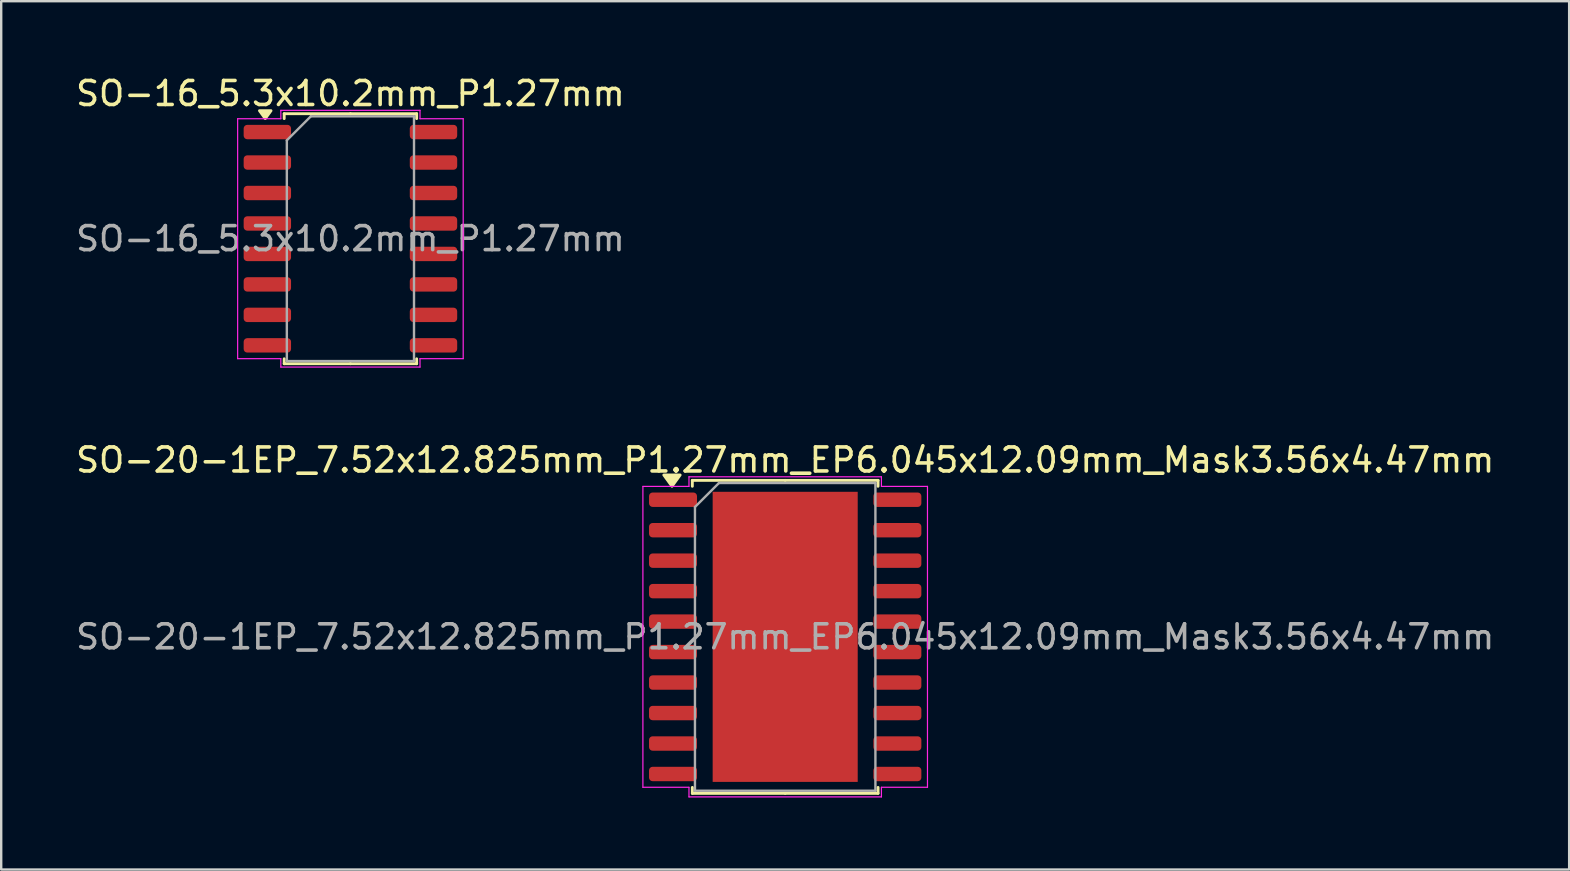
<source format=kicad_pcb>
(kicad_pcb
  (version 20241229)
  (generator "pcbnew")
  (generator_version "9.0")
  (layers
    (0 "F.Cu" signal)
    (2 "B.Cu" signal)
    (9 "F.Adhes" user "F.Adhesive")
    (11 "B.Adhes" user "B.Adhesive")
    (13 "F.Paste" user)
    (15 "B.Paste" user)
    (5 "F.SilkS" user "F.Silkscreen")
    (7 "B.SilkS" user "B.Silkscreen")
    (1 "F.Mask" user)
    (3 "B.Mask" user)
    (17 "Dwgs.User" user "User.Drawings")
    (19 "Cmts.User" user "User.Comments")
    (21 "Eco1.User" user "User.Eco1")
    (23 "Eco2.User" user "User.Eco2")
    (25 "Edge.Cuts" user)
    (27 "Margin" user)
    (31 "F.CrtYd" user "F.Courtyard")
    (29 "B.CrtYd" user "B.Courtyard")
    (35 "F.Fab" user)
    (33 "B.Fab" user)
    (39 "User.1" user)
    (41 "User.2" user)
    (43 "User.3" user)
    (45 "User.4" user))
  (footprint "SO-20-1EP_7.52x12.825mm_P1.27mm_EP6.045x12.09mm_Mask3.56x4.47mm"
    (layer "F.Cu")
    (at 29.673 23.491)
    (property "Reference" "SO-20-1EP_7.52x12.825mm_P1.27mm_EP6.045x12.09mm_Mask3.56x4.47mm" (at 0 -7.37 0) (layer "F.SilkS") (effects (font (size 1 1) (thickness 0.15))))
    (attr smd)
    (fp_line (start -3.87 -6.522) (end -3.87 -6.275) (stroke (width 0.12) (type solid)) (layer "F.SilkS"))
    (fp_line (start -3.87 6.522) (end -3.87 6.275) (stroke (width 0.12) (type solid)) (layer "F.SilkS"))
    (fp_line (start 0 -6.522) (end -3.87 -6.522) (stroke (width 0.12) (type solid)) (layer "F.SilkS"))
    (fp_line (start 0 -6.522) (end 3.87 -6.522) (stroke (width 0.12) (type solid)) (layer "F.SilkS"))
    (fp_line (start 0 6.522) (end -3.87 6.522) (stroke (width 0.12) (type solid)) (layer "F.SilkS"))
    (fp_line (start 0 6.522) (end 3.87 6.522) (stroke (width 0.12) (type solid)) (layer "F.SilkS"))
    (fp_line (start 3.87 -6.522) (end 3.87 -6.275) (stroke (width 0.12) (type solid)) (layer "F.SilkS"))
    (fp_line (start 3.87 6.522) (end 3.87 6.275) (stroke (width 0.12) (type solid)) (layer "F.SilkS"))
    (fp_poly (pts (xy -4.718 -6.275) (xy -5.058 -6.745) (xy -4.378 -6.745)) (stroke (width 0.12) (type solid)) (fill yes) (layer "F.SilkS"))
    (fp_line (start -5.93 -6.27) (end -4.01 -6.27) (stroke (width 0.05) (type solid)) (layer "F.CrtYd"))
    (fp_line (start -5.93 6.27) (end -5.93 -6.27) (stroke (width 0.05) (type solid)) (layer "F.CrtYd"))
    (fp_line (start -4.01 -6.67) (end 4.01 -6.67) (stroke (width 0.05) (type solid)) (layer "F.CrtYd"))
    (fp_line (start -4.01 -6.27) (end -4.01 -6.67) (stroke (width 0.05) (type solid)) (layer "F.CrtYd"))
    (fp_line (start -4.01 6.27) (end -5.93 6.27) (stroke (width 0.05) (type solid)) (layer "F.CrtYd"))
    (fp_line (start -4.01 6.67) (end -4.01 6.27) (stroke (width 0.05) (type solid)) (layer "F.CrtYd"))
    (fp_line (start 4.01 -6.67) (end 4.01 -6.27) (stroke (width 0.05) (type solid)) (layer "F.CrtYd"))
    (fp_line (start 4.01 -6.27) (end 5.93 -6.27) (stroke (width 0.05) (type solid)) (layer "F.CrtYd"))
    (fp_line (start 4.01 6.27) (end 4.01 6.67) (stroke (width 0.05) (type solid)) (layer "F.CrtYd"))
    (fp_line (start 4.01 6.67) (end -4.01 6.67) (stroke (width 0.05) (type solid)) (layer "F.CrtYd"))
    (fp_line (start 5.93 -6.27) (end 5.93 6.27) (stroke (width 0.05) (type solid)) (layer "F.CrtYd"))
    (fp_line (start 5.93 6.27) (end 4.01 6.27) (stroke (width 0.05) (type solid)) (layer "F.CrtYd"))
    (fp_line (start -3.76 -5.412) (end -2.76 -6.412) (stroke (width 0.1) (type solid)) (layer "F.Fab"))
    (fp_line (start -3.76 6.412) (end -3.76 -5.412) (stroke (width 0.1) (type solid)) (layer "F.Fab"))
    (fp_line (start -2.76 -6.412) (end 3.76 -6.412) (stroke (width 0.1) (type solid)) (layer "F.Fab"))
    (fp_line (start 3.76 -6.412) (end 3.76 6.412) (stroke (width 0.1) (type solid)) (layer "F.Fab"))
    (fp_line (start 3.76 6.412) (end -3.76 6.412) (stroke (width 0.1) (type solid)) (layer "F.Fab"))
    (fp_text user "${REFERENCE}" (at 0 0 0) (layer "F.Fab") (effects (font (size 1 1) (thickness 0.15))))
    (pad "" smd roundrect (at 0 0) (size 2.87 3.6) (layers "F.Paste") (roundrect_rratio 0.087))
    (pad "" smd rect (at 0 0) (size 3.56 4.47) (layers "F.Mask"))
    (pad "1" smd roundrect (at -4.675 -5.715) (size 2 0.6) (layers "F.Cu" "F.Mask" "F.Paste") (roundrect_rratio 0.25))
    (pad "2" smd roundrect (at -4.675 -4.445) (size 2 0.6) (layers "F.Cu" "F.Mask" "F.Paste") (roundrect_rratio 0.25))
    (pad "3" smd roundrect (at -4.675 -3.175) (size 2 0.6) (layers "F.Cu" "F.Mask" "F.Paste") (roundrect_rratio 0.25))
    (pad "4" smd roundrect (at -4.675 -1.905) (size 2 0.6) (layers "F.Cu" "F.Mask" "F.Paste") (roundrect_rratio 0.25))
    (pad "5" smd roundrect (at -4.675 -0.635) (size 2 0.6) (layers "F.Cu" "F.Mask" "F.Paste") (roundrect_rratio 0.25))
    (pad "6" smd roundrect (at -4.675 0.635) (size 2 0.6) (layers "F.Cu" "F.Mask" "F.Paste") (roundrect_rratio 0.25))
    (pad "7" smd roundrect (at -4.675 1.905) (size 2 0.6) (layers "F.Cu" "F.Mask" "F.Paste") (roundrect_rratio 0.25))
    (pad "8" smd roundrect (at -4.675 3.175) (size 2 0.6) (layers "F.Cu" "F.Mask" "F.Paste") (roundrect_rratio 0.25))
    (pad "9" smd roundrect (at -4.675 4.445) (size 2 0.6) (layers "F.Cu" "F.Mask" "F.Paste") (roundrect_rratio 0.25))
    (pad "10" smd roundrect (at -4.675 5.715) (size 2 0.6) (layers "F.Cu" "F.Mask" "F.Paste") (roundrect_rratio 0.25))
    (pad "11" smd roundrect (at 4.675 5.715) (size 2 0.6) (layers "F.Cu" "F.Mask" "F.Paste") (roundrect_rratio 0.25))
    (pad "12" smd roundrect (at 4.675 4.445) (size 2 0.6) (layers "F.Cu" "F.Mask" "F.Paste") (roundrect_rratio 0.25))
    (pad "13" smd roundrect (at 4.675 3.175) (size 2 0.6) (layers "F.Cu" "F.Mask" "F.Paste") (roundrect_rratio 0.25))
    (pad "14" smd roundrect (at 4.675 1.905) (size 2 0.6) (layers "F.Cu" "F.Mask" "F.Paste") (roundrect_rratio 0.25))
    (pad "15" smd roundrect (at 4.675 0.635) (size 2 0.6) (layers "F.Cu" "F.Mask" "F.Paste") (roundrect_rratio 0.25))
    (pad "16" smd roundrect (at 4.675 -0.635) (size 2 0.6) (layers "F.Cu" "F.Mask" "F.Paste") (roundrect_rratio 0.25))
    (pad "17" smd roundrect (at 4.675 -1.905) (size 2 0.6) (layers "F.Cu" "F.Mask" "F.Paste") (roundrect_rratio 0.25))
    (pad "18" smd roundrect (at 4.675 -3.175) (size 2 0.6) (layers "F.Cu" "F.Mask" "F.Paste") (roundrect_rratio 0.25))
    (pad "19" smd roundrect (at 4.675 -4.445) (size 2 0.6) (layers "F.Cu" "F.Mask" "F.Paste") (roundrect_rratio 0.25))
    (pad "20" smd roundrect (at 4.675 -5.715) (size 2 0.6) (layers "F.Cu" "F.Mask" "F.Paste") (roundrect_rratio 0.25))
    (pad "21" smd rect (at 0 0) (size 6.045 12.09) (property pad_prop_heatsink) (layers "F.Cu")))
  (footprint "SO-16_5.3x10.2mm_P1.27mm"
    (layer "F.Cu")
    (at 11.554 6.898)
    (property "Reference" "SO-16_5.3x10.2mm_P1.27mm" (at 0 -6.05 0) (layer "F.SilkS") (effects (font (size 1 1) (thickness 0.15))))
    (attr smd)
    (fp_line (start -2.76 -5.21) (end -2.76 -5.005) (stroke (width 0.12) (type solid)) (layer "F.SilkS"))
    (fp_line (start -2.76 5.21) (end -2.76 5.005) (stroke (width 0.12) (type solid)) (layer "F.SilkS"))
    (fp_line (start 0 -5.21) (end -2.76 -5.21) (stroke (width 0.12) (type solid)) (layer "F.SilkS"))
    (fp_line (start 0 -5.21) (end 2.76 -5.21) (stroke (width 0.12) (type solid)) (layer "F.SilkS"))
    (fp_line (start 0 5.21) (end -2.76 5.21) (stroke (width 0.12) (type solid)) (layer "F.SilkS"))
    (fp_line (start 0 5.21) (end 2.76 5.21) (stroke (width 0.12) (type solid)) (layer "F.SilkS"))
    (fp_line (start 2.76 -5.21) (end 2.76 -5.005) (stroke (width 0.12) (type solid)) (layer "F.SilkS"))
    (fp_line (start 2.76 5.21) (end 2.76 5.005) (stroke (width 0.12) (type solid)) (layer "F.SilkS"))
    (fp_poly (pts (xy -3.55 -5.005) (xy -3.79 -5.335) (xy -3.31 -5.335)) (stroke (width 0.12) (type solid)) (fill yes) (layer "F.SilkS"))
    (fp_line (start -4.7 -5) (end -2.9 -5) (stroke (width 0.05) (type solid)) (layer "F.CrtYd"))
    (fp_line (start -4.7 5) (end -4.7 -5) (stroke (width 0.05) (type solid)) (layer "F.CrtYd"))
    (fp_line (start -2.9 -5.35) (end 2.9 -5.35) (stroke (width 0.05) (type solid)) (layer "F.CrtYd"))
    (fp_line (start -2.9 -5) (end -2.9 -5.35) (stroke (width 0.05) (type solid)) (layer "F.CrtYd"))
    (fp_line (start -2.9 5) (end -4.7 5) (stroke (width 0.05) (type solid)) (layer "F.CrtYd"))
    (fp_line (start -2.9 5.35) (end -2.9 5) (stroke (width 0.05) (type solid)) (layer "F.CrtYd"))
    (fp_line (start 2.9 -5.35) (end 2.9 -5) (stroke (width 0.05) (type solid)) (layer "F.CrtYd"))
    (fp_line (start 2.9 -5) (end 4.7 -5) (stroke (width 0.05) (type solid)) (layer "F.CrtYd"))
    (fp_line (start 2.9 5) (end 2.9 5.35) (stroke (width 0.05) (type solid)) (layer "F.CrtYd"))
    (fp_line (start 2.9 5.35) (end -2.9 5.35) (stroke (width 0.05) (type solid)) (layer "F.CrtYd"))
    (fp_line (start 4.7 -5) (end 4.7 5) (stroke (width 0.05) (type solid)) (layer "F.CrtYd"))
    (fp_line (start 4.7 5) (end 2.9 5) (stroke (width 0.05) (type solid)) (layer "F.CrtYd"))
    (fp_line (start -2.65 -4.1) (end -1.65 -5.1) (stroke (width 0.1) (type solid)) (layer "F.Fab"))
    (fp_line (start -2.65 5.1) (end -2.65 -4.1) (stroke (width 0.1) (type solid)) (layer "F.Fab"))
    (fp_line (start -1.65 -5.1) (end 2.65 -5.1) (stroke (width 0.1) (type solid)) (layer "F.Fab"))
    (fp_line (start 2.65 -5.1) (end 2.65 5.1) (stroke (width 0.1) (type solid)) (layer "F.Fab"))
    (fp_line (start 2.65 5.1) (end -2.65 5.1) (stroke (width 0.1) (type solid)) (layer "F.Fab"))
    (fp_text user "${REFERENCE}" (at 0 0 0) (layer "F.Fab") (effects (font (size 1 1) (thickness 0.15))))
    (pad "1" smd roundrect (at -3.462 -4.445) (size 1.975 0.6) (layers "F.Cu" "F.Mask" "F.Paste") (roundrect_rratio 0.25))
    (pad "2" smd roundrect (at -3.462 -3.175) (size 1.975 0.6) (layers "F.Cu" "F.Mask" "F.Paste") (roundrect_rratio 0.25))
    (pad "3" smd roundrect (at -3.462 -1.905) (size 1.975 0.6) (layers "F.Cu" "F.Mask" "F.Paste") (roundrect_rratio 0.25))
    (pad "4" smd roundrect (at -3.462 -0.635) (size 1.975 0.6) (layers "F.Cu" "F.Mask" "F.Paste") (roundrect_rratio 0.25))
    (pad "5" smd roundrect (at -3.462 0.635) (size 1.975 0.6) (layers "F.Cu" "F.Mask" "F.Paste") (roundrect_rratio 0.25))
    (pad "6" smd roundrect (at -3.462 1.905) (size 1.975 0.6) (layers "F.Cu" "F.Mask" "F.Paste") (roundrect_rratio 0.25))
    (pad "7" smd roundrect (at -3.462 3.175) (size 1.975 0.6) (layers "F.Cu" "F.Mask" "F.Paste") (roundrect_rratio 0.25))
    (pad "8" smd roundrect (at -3.462 4.445) (size 1.975 0.6) (layers "F.Cu" "F.Mask" "F.Paste") (roundrect_rratio 0.25))
    (pad "9" smd roundrect (at 3.462 4.445) (size 1.975 0.6) (layers "F.Cu" "F.Mask" "F.Paste") (roundrect_rratio 0.25))
    (pad "10" smd roundrect (at 3.462 3.175) (size 1.975 0.6) (layers "F.Cu" "F.Mask" "F.Paste") (roundrect_rratio 0.25))
    (pad "11" smd roundrect (at 3.462 1.905) (size 1.975 0.6) (layers "F.Cu" "F.Mask" "F.Paste") (roundrect_rratio 0.25))
    (pad "12" smd roundrect (at 3.462 0.635) (size 1.975 0.6) (layers "F.Cu" "F.Mask" "F.Paste") (roundrect_rratio 0.25))
    (pad "13" smd roundrect (at 3.462 -0.635) (size 1.975 0.6) (layers "F.Cu" "F.Mask" "F.Paste") (roundrect_rratio 0.25))
    (pad "14" smd roundrect (at 3.462 -1.905) (size 1.975 0.6) (layers "F.Cu" "F.Mask" "F.Paste") (roundrect_rratio 0.25))
    (pad "15" smd roundrect (at 3.462 -3.175) (size 1.975 0.6) (layers "F.Cu" "F.Mask" "F.Paste") (roundrect_rratio 0.25))
    (pad "16" smd roundrect (at 3.462 -4.445) (size 1.975 0.6) (layers "F.Cu" "F.Mask" "F.Paste") (roundrect_rratio 0.25)))
  (gr_rect
    (start -3 -3)
    (end 62.345 33.187)
    (stroke (width 0.1) (type default))
    (fill no)
    (layer "Edge.Cuts")))
</source>
